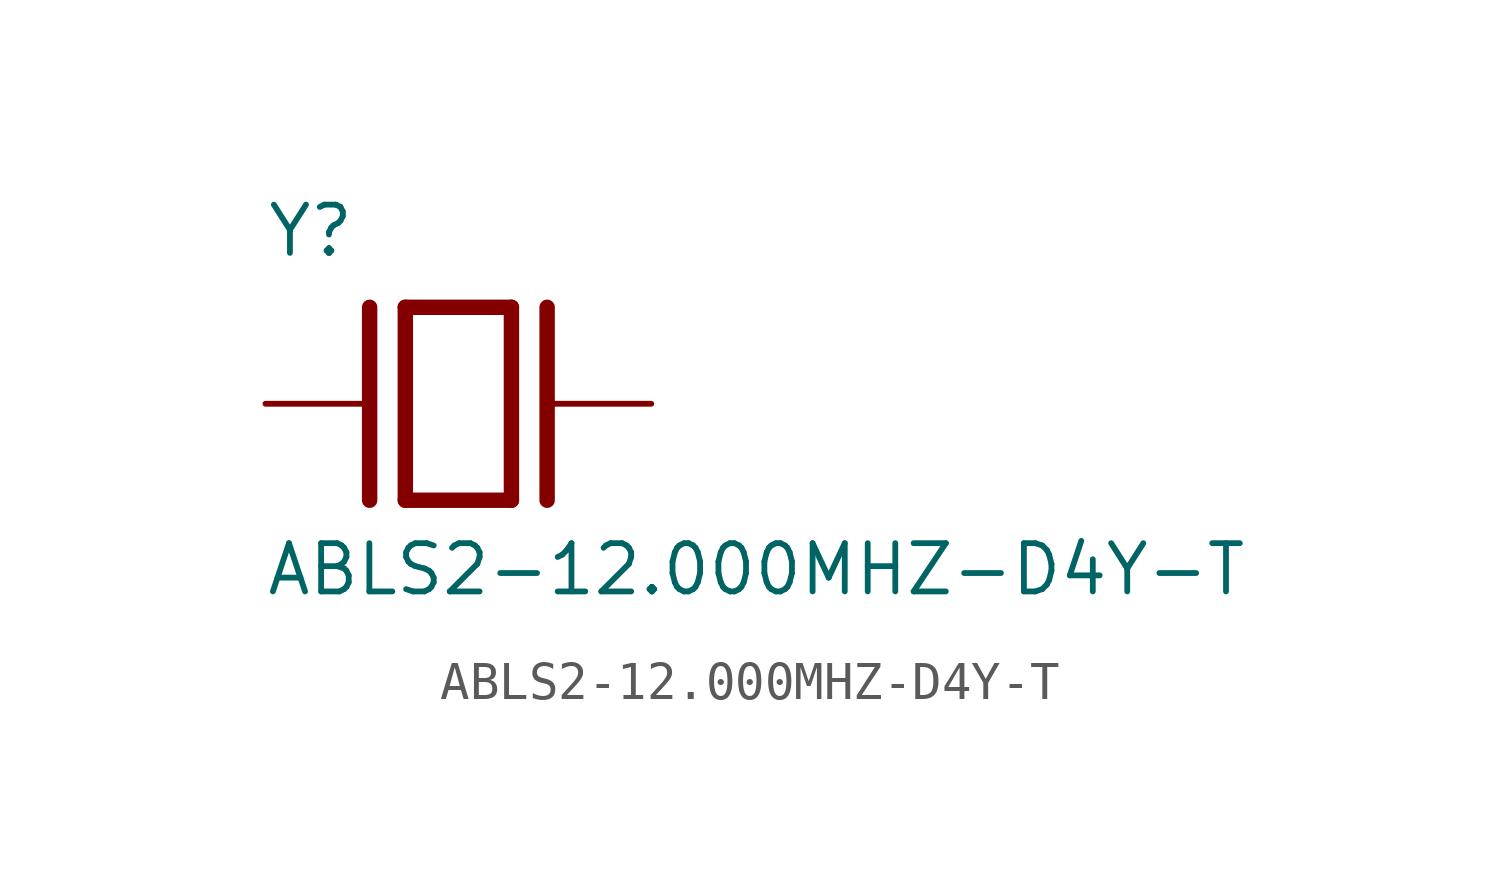
<source format=kicad_sym>
(kicad_symbol_lib
  (version 20220914)
  (generator kicad_symbol_editor)
  (symbol "ABLS2-12.000MHZ-D4Y-T"
    (pin_numbers hide)
    (pin_names
      (offset 1.016) hide)
    (property "Reference" "Y"
      (at -5.08 3.81 0)
      (effects (font (size 1.27 1.27)) (justify left bottom)))
    (property "Value" "ABLS2-12.000MHZ-D4Y-T"
      (at -5.105 -5.105 0)
      (effects (font (size 1.27 1.27)) (justify left bottom)))
    (property "ki_locked" ""
      (at 0 0 0)
      (effects (font (size 1.27 1.27))))
    (symbol "ABLS2-12.000MHZ-D4Y-T_0_0"
      (polyline (pts (xy -2.337 2.54) (xy -2.337 -2.54)) (stroke (width 0.406) (type solid)) (fill (type none)))
      (polyline (pts (xy -1.397 2.54) (xy -1.397 -2.54)) (stroke (width 0.406) (type solid)) (fill (type none)))
      (polyline (pts (xy -1.397 2.54) (xy 1.397 2.54)) (stroke (width 0.406) (type solid)) (fill (type none)))
      (polyline (pts (xy 1.397 -2.54) (xy -1.397 -2.54)) (stroke (width 0.406) (type solid)) (fill (type none)))
      (polyline (pts (xy 1.397 2.54) (xy 1.397 -2.54)) (stroke (width 0.406) (type solid)) (fill (type none)))
      (polyline (pts (xy 2.337 2.54) (xy 2.337 -2.54)) (stroke (width 0.406) (type solid)) (fill (type none)))
      (pin passive line (at -5.08 0 0) (length 2.54) (name "~" (effects (font (size 1.016 1.016)))) (number "1" (effects (font (size 1.016 1.016)))))
      (pin passive line (at 5.08 0 180) (length 2.54) (name "~" (effects (font (size 1.016 1.016)))) (number "2" (effects (font (size 1.016 1.016))))))))
</source>
